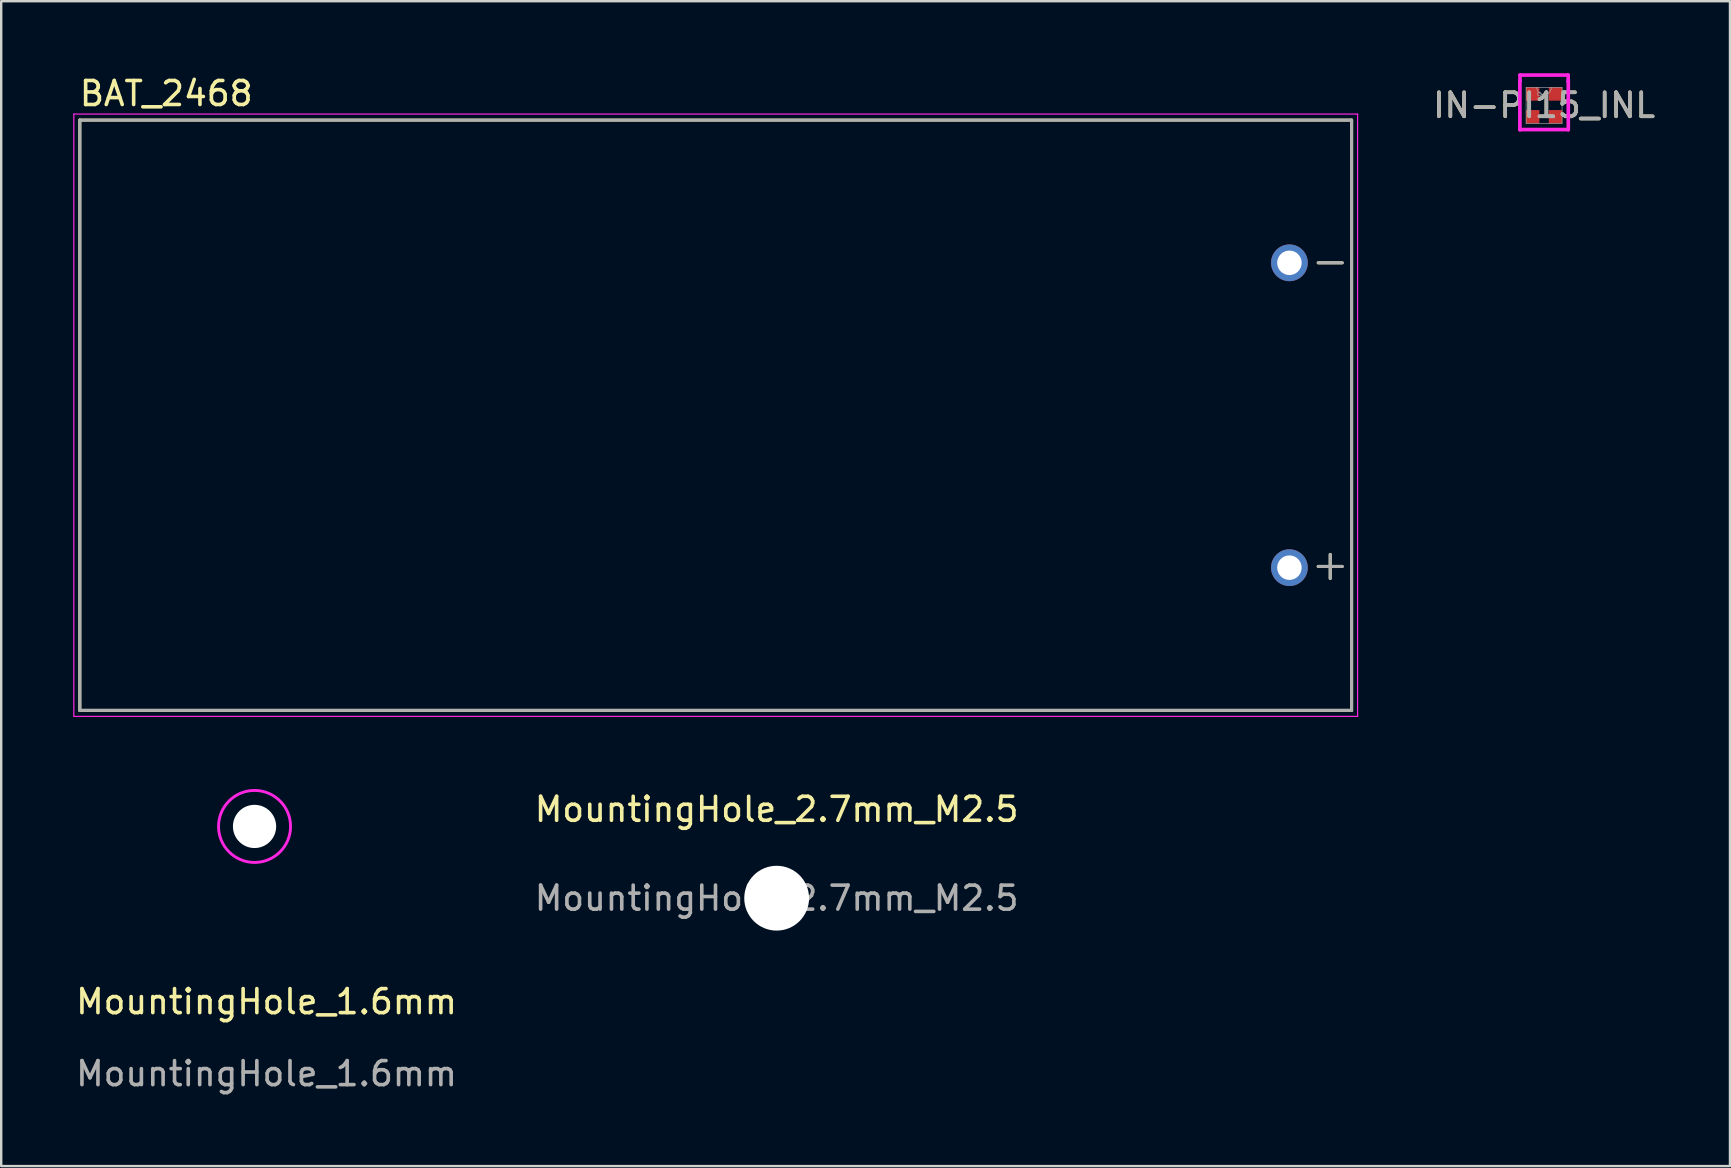
<source format=kicad_pcb>
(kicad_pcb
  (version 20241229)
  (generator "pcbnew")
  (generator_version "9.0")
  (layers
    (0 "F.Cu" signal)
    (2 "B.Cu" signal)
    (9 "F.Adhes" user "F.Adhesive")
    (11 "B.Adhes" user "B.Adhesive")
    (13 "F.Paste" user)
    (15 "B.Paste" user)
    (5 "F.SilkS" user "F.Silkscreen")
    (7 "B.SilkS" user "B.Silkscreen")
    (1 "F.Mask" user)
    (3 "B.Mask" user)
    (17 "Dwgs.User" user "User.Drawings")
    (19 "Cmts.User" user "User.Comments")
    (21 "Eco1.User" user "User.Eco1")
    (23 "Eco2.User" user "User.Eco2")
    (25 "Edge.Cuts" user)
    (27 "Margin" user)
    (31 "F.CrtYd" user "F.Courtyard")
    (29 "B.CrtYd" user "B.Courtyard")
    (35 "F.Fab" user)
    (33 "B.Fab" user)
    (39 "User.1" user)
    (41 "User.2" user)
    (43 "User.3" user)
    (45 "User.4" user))
  (footprint "MountingHole_1.6mm"
    (layer "F.Cu")
    (at 7.554 31.378)
    (property "Reference" "MountingHole_1.6mm" (at 0.5 7.3 0) (unlocked yes) (layer "F.SilkS") (effects (font (size 1 1) (thickness 0.15))))
    (attr through_hole)
    (fp_circle (center 0 0) (end 1.5 0) (stroke (width 0.12) (type default)) (fill no) (layer "F.CrtYd"))
    (fp_text user "${REFERENCE}" (at 0.5 10.3 0) (unlocked yes) (layer "F.Fab") (effects (font (size 1 1) (thickness 0.15))))
    (pad "" np_thru_hole circle (at 0 0) (size 1.8 1.8) (drill 1.8) (layers "*.Cu" "*.Mask")))
  (footprint "BAT_2468"
    (layer "F.Cu")
    (at 26.765 14.248)
    (property "Reference" "BAT_2468" (at -22.89 -13.4 0) (layer "F.SilkS") (effects (font (size 1 1) (thickness 0.15))))
    (attr through_hole)
    (fp_line (start -26.49 -12.295) (end 26.49 -12.295) (stroke (width 0.127) (type solid)) (layer "F.SilkS"))
    (fp_line (start -26.49 12.295) (end -26.49 -12.295) (stroke (width 0.127) (type solid)) (layer "F.SilkS"))
    (fp_line (start 25.1 -6.35) (end 26.1 -6.35) (stroke (width 0.127) (type solid)) (layer "F.SilkS"))
    (fp_line (start 25.1 6.3) (end 26.1 6.3) (stroke (width 0.127) (type solid)) (layer "F.SilkS"))
    (fp_line (start 25.6 5.8) (end 25.6 6.8) (stroke (width 0.127) (type solid)) (layer "F.SilkS"))
    (fp_line (start 26.49 -12.295) (end 26.49 12.295) (stroke (width 0.127) (type solid)) (layer "F.SilkS"))
    (fp_line (start 26.49 12.295) (end -26.49 12.295) (stroke (width 0.127) (type solid)) (layer "F.SilkS"))
    (fp_line (start -26.74 -12.545) (end 26.74 -12.545) (stroke (width 0.05) (type solid)) (layer "F.CrtYd"))
    (fp_line (start -26.74 12.545) (end -26.74 -12.545) (stroke (width 0.05) (type solid)) (layer "F.CrtYd"))
    (fp_line (start 26.74 -12.545) (end 26.74 12.545) (stroke (width 0.05) (type solid)) (layer "F.CrtYd"))
    (fp_line (start 26.74 12.545) (end -26.74 12.545) (stroke (width 0.05) (type solid)) (layer "F.CrtYd"))
    (fp_line (start -26.49 -12.295) (end 26.49 -12.295) (stroke (width 0.127) (type solid)) (layer "F.Fab"))
    (fp_line (start -26.49 12.295) (end -26.49 -12.295) (stroke (width 0.127) (type solid)) (layer "F.Fab"))
    (fp_line (start 25.1 -6.35) (end 26.1 -6.35) (stroke (width 0.127) (type solid)) (layer "F.Fab"))
    (fp_line (start 25.1 6.3) (end 26.1 6.3) (stroke (width 0.127) (type solid)) (layer "F.Fab"))
    (fp_line (start 25.6 5.8) (end 25.6 6.8) (stroke (width 0.127) (type solid)) (layer "F.Fab"))
    (fp_line (start 26.49 -12.295) (end 26.49 12.295) (stroke (width 0.127) (type solid)) (layer "F.Fab"))
    (fp_line (start 26.49 12.295) (end -26.49 12.295) (stroke (width 0.127) (type solid)) (layer "F.Fab"))
    (pad "N" thru_hole circle (at 23.9 -6.35) (size 1.53 1.53) (drill 1.02) (layers "*.Cu" "*.Mask"))
    (pad "P" thru_hole circle (at 23.9 6.35) (size 1.53 1.53) (drill 1.02) (layers "*.Cu" "*.Mask")))
  (footprint "IN-PI15_INL"
    (layer "F.Cu")
    (at 61.274 1.339)
    (property "Reference" "IN-PI15_INL" (at 0 0 0) (unlocked yes) (layer "F.SilkS") (effects (font (size 1 1) (thickness 0.15))))
    (attr smd)
    (fp_line (start -1.008 -1.008) (end -1.003 -1.008) (stroke (width 0.152) (type solid)) (layer "F.CrtYd"))
    (fp_line (start -1.008 1.008) (end -1.008 -1.008) (stroke (width 0.152) (type solid)) (layer "F.CrtYd"))
    (fp_line (start -1.008 1.008) (end -1.003 1.008) (stroke (width 0.152) (type solid)) (layer "F.CrtYd"))
    (fp_line (start -1.003 -1.262) (end 1.003 -1.262) (stroke (width 0.152) (type solid)) (layer "F.CrtYd"))
    (fp_line (start -1.003 -1.008) (end -1.003 -1.262) (stroke (width 0.152) (type solid)) (layer "F.CrtYd"))
    (fp_line (start -1.003 1.008) (end -1.003 1.008) (stroke (width 0.152) (type solid)) (layer "F.CrtYd"))
    (fp_line (start 1.003 -1.262) (end 1.003 -1.008) (stroke (width 0.152) (type solid)) (layer "F.CrtYd"))
    (fp_line (start 1.003 1.008) (end -1.003 1.008) (stroke (width 0.152) (type solid)) (layer "F.CrtYd"))
    (fp_line (start 1.003 1.008) (end 1.003 1.008) (stroke (width 0.152) (type solid)) (layer "F.CrtYd"))
    (fp_line (start 1.008 -1.008) (end 1.003 -1.008) (stroke (width 0.152) (type solid)) (layer "F.CrtYd"))
    (fp_line (start 1.008 -1.008) (end 1.008 1.008) (stroke (width 0.152) (type solid)) (layer "F.CrtYd"))
    (fp_line (start 1.008 1.008) (end 1.003 1.008) (stroke (width 0.152) (type solid)) (layer "F.CrtYd"))
    (fp_line (start -0.749 -0.749) (end -0.749 0.749) (stroke (width 0.025) (type solid)) (layer "F.Fab"))
    (fp_line (start -0.749 0.749) (end 0.749 0.749) (stroke (width 0.025) (type solid)) (layer "F.Fab"))
    (fp_line (start 0.749 -0.749) (end -0.749 -0.749) (stroke (width 0.025) (type solid)) (layer "F.Fab"))
    (fp_line (start 0.749 0.749) (end 0.749 -0.749) (stroke (width 0.025) (type solid)) (layer "F.Fab"))
    (fp_arc (start 0.3048 -0.7493) (mid 0 -0.4445) (end -0.3048 -0.7493) (stroke (width 0.0254) (type solid)) (layer "F.Fab"))
    (fp_circle (center -0.196 -0.475) (end -0.119 -0.475) (stroke (width 0.025) (type solid)) (fill no) (layer "F.Fab"))
    (fp_text user "${REFERENCE}" (at 0 0 0) (unlocked yes) (layer "F.Fab") (effects (font (size 1 1) (thickness 0.15))))
    (pad "1" smd rect (at -0.475 -0.475) (size 0.559 0.559) (layers "F.Cu" "F.Mask" "F.Paste"))
    (pad "2" smd rect (at -0.475 0.475) (size 0.559 0.559) (layers "F.Cu" "F.Mask" "F.Paste"))
    (pad "3" smd rect (at 0.475 0.475) (size 0.559 0.559) (layers "F.Cu" "F.Mask" "F.Paste"))
    (pad "4" smd rect (at 0.475 -0.475) (size 0.559 0.559) (layers "F.Cu" "F.Mask" "F.Paste")))
  (footprint "MountingHole_2.7mm_M2.5"
    (layer "F.Cu")
    (at 29.304 34.367)
    (property "Reference" "MountingHole_2.7mm_M2.5" (at 0 -3.7 0) (layer "F.SilkS") (effects (font (size 1 1) (thickness 0.15))))
    (attr exclude_from_pos_files exclude_from_bom)
    (fp_text user "${REFERENCE}" (at 0 0 0) (layer "F.Fab") (effects (font (size 1 1) (thickness 0.15))))
    (pad "" np_thru_hole circle (at 0 0) (size 2.7 2.7) (drill 2.7) (layers "*.Cu" "*.Mask")))
  (gr_rect
    (start -3 -3)
    (end 69.018 45.526)
    (stroke (width 0.1) (type default))
    (fill no)
    (layer "Edge.Cuts")))
</source>
